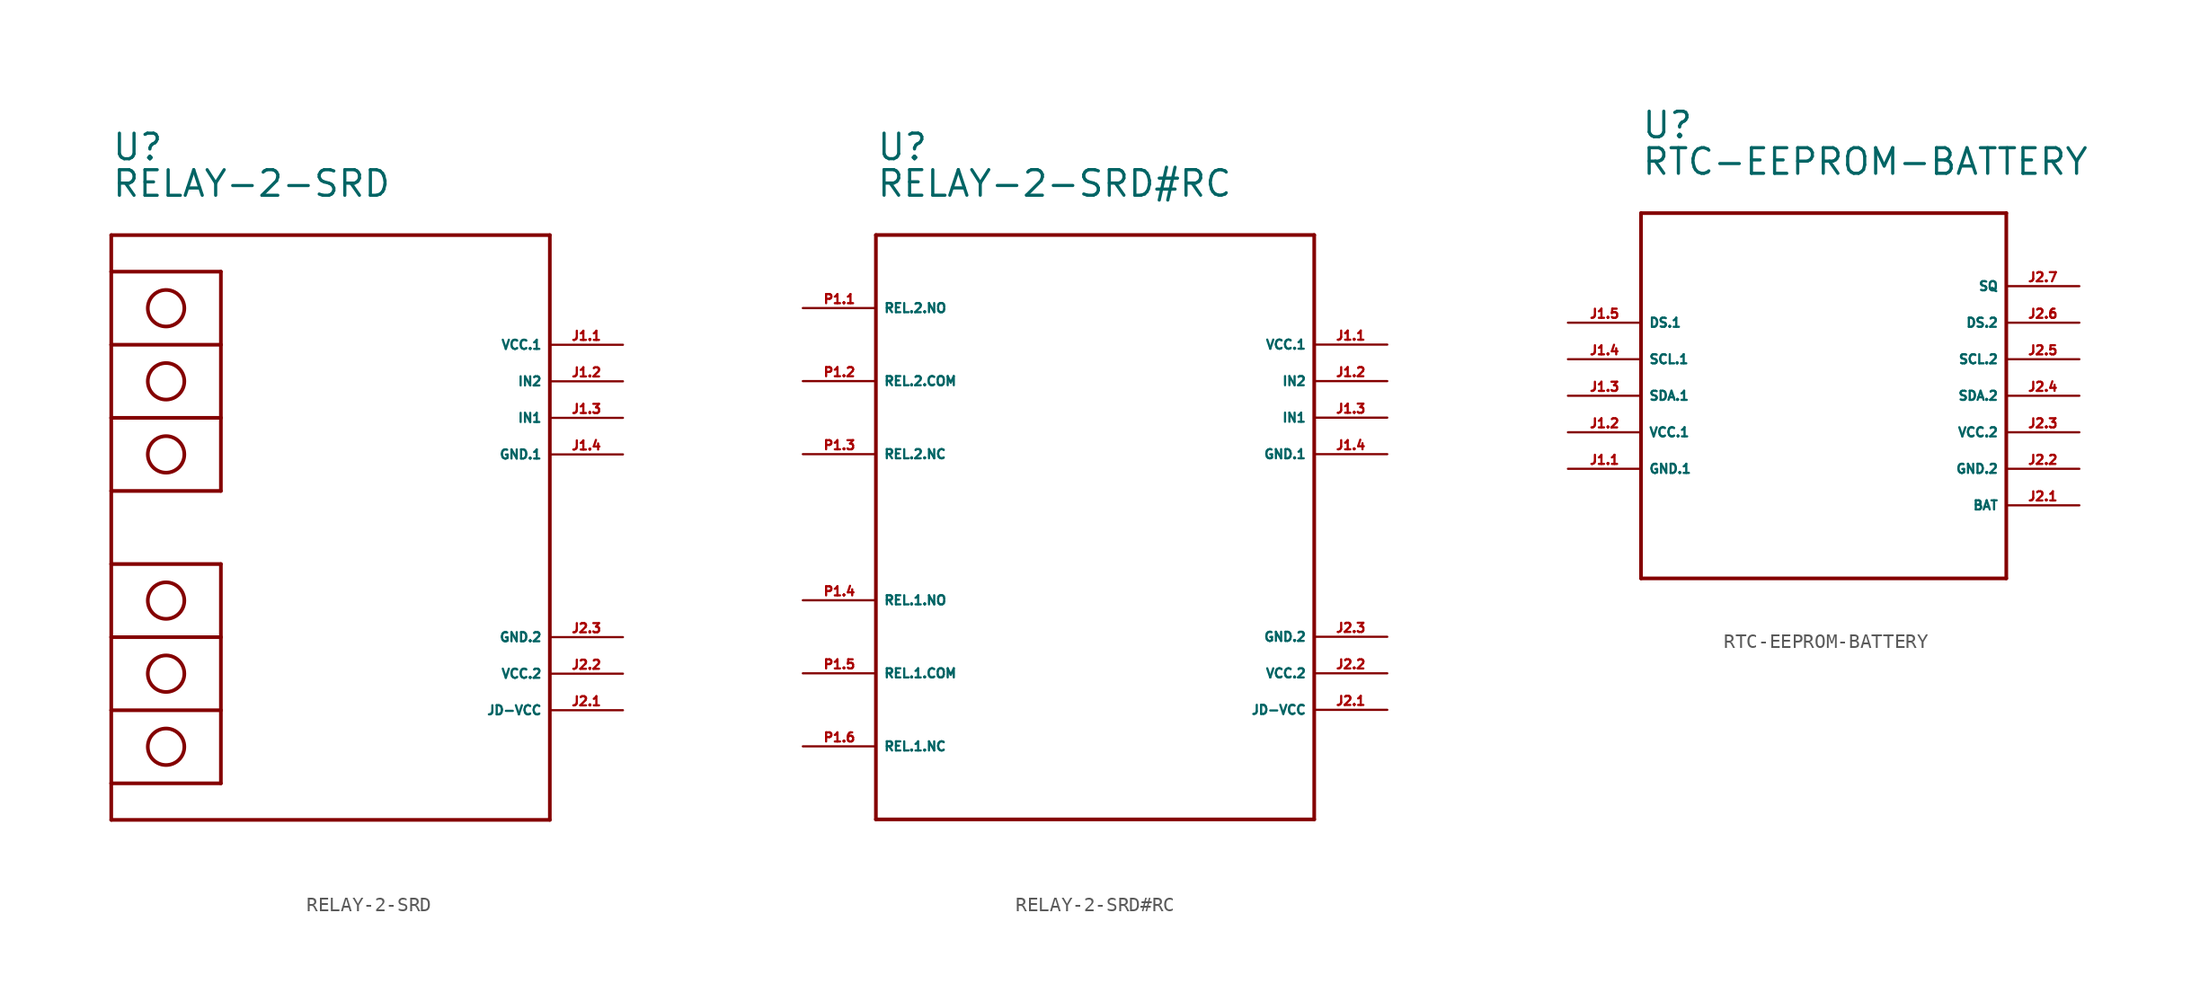
<source format=kicad_sym>
(kicad_symbol_lib
  (version 20220914)
  (generator Eagle2Kicad)
  (symbol "RELAY-2-SRD"
    (property "Reference" "U"
      (at -15.24 25.4 0)
      (effects (font (size 1.778 1.778) (thickness 0.22)) (justify left bottom)))
    (property "Value" "RELAY-2-SRD"
      (at -15.24 22.86 0)
      (effects (font (size 1.778 1.778) (thickness 0.22)) (justify left bottom)))
    (polyline
      (pts (xy -15.24 20.32) (xy 15.24 20.32))
      (stroke (width 0.254) (type default))
      (fill (type none)))
    (polyline
      (pts (xy 15.24 20.32) (xy 15.24 -20.32))
      (stroke (width 0.254) (type default))
      (fill (type none)))
    (polyline
      (pts (xy 15.24 -20.32) (xy -15.24 -20.32))
      (stroke (width 0.254) (type default))
      (fill (type none)))
    (polyline
      (pts (xy -15.24 -20.32) (xy -15.24 -17.78))
      (stroke (width 0.254) (type default))
      (fill (type none)))
    (polyline
      (pts (xy -15.24 -17.78) (xy -15.24 -12.7))
      (stroke (width 0.254) (type default))
      (fill (type none)))
    (polyline
      (pts (xy -15.24 -12.7) (xy -15.24 -7.62))
      (stroke (width 0.254) (type default))
      (fill (type none)))
    (polyline
      (pts (xy -15.24 -7.62) (xy -15.24 -2.54))
      (stroke (width 0.254) (type default))
      (fill (type none)))
    (polyline
      (pts (xy -15.24 -2.54) (xy -15.24 2.54))
      (stroke (width 0.254) (type default))
      (fill (type none)))
    (polyline
      (pts (xy -15.24 2.54) (xy -15.24 7.62))
      (stroke (width 0.254) (type default))
      (fill (type none)))
    (polyline
      (pts (xy -15.24 7.62) (xy -15.24 12.7))
      (stroke (width 0.254) (type default))
      (fill (type none)))
    (polyline
      (pts (xy -15.24 12.7) (xy -15.24 17.78))
      (stroke (width 0.254) (type default))
      (fill (type none)))
    (polyline
      (pts (xy -15.24 17.78) (xy -15.24 20.32))
      (stroke (width 0.254) (type default))
      (fill (type none)))
    (polyline
      (pts (xy -15.24 17.78) (xy -7.62 17.78))
      (stroke (width 0.254) (type default))
      (fill (type none)))
    (polyline
      (pts (xy -7.62 17.78) (xy -7.62 12.7))
      (stroke (width 0.254) (type default))
      (fill (type none)))
    (polyline
      (pts (xy -7.62 12.7) (xy -7.62 7.62))
      (stroke (width 0.254) (type default))
      (fill (type none)))
    (polyline
      (pts (xy -7.62 7.62) (xy -7.62 2.54))
      (stroke (width 0.254) (type default))
      (fill (type none)))
    (polyline
      (pts (xy -7.62 2.54) (xy -15.24 2.54))
      (stroke (width 0.254) (type default))
      (fill (type none)))
    (polyline
      (pts (xy -15.24 7.62) (xy -7.62 7.62))
      (stroke (width 0.254) (type default))
      (fill (type none)))
    (polyline
      (pts (xy -15.24 12.7) (xy -7.62 12.7))
      (stroke (width 0.254) (type default))
      (fill (type none)))
    (polyline
      (pts (xy -15.24 -17.78) (xy -7.62 -17.78))
      (stroke (width 0.254) (type default))
      (fill (type none)))
    (polyline
      (pts (xy -7.62 -17.78) (xy -7.62 -12.7))
      (stroke (width 0.254) (type default))
      (fill (type none)))
    (polyline
      (pts (xy -7.62 -12.7) (xy -7.62 -7.62))
      (stroke (width 0.254) (type default))
      (fill (type none)))
    (polyline
      (pts (xy -7.62 -7.62) (xy -7.62 -2.54))
      (stroke (width 0.254) (type default))
      (fill (type none)))
    (polyline
      (pts (xy -7.62 -2.54) (xy -15.24 -2.54))
      (stroke (width 0.254) (type default))
      (fill (type none)))
    (polyline
      (pts (xy -7.62 -7.62) (xy -15.24 -7.62))
      (stroke (width 0.254) (type default))
      (fill (type none)))
    (polyline
      (pts (xy -7.62 -12.7) (xy -15.24 -12.7))
      (stroke (width 0.254) (type default))
      (fill (type none)))
    (circle
      (center -11.43 15.24)
      (radius 1.27)
      (stroke (width 0.254) (type default))
      (fill (type none)))
    (circle
      (center -11.43 10.16)
      (radius 1.27)
      (stroke (width 0.254) (type default))
      (fill (type none)))
    (circle
      (center -11.43 5.08)
      (radius 1.27)
      (stroke (width 0.254) (type default))
      (fill (type none)))
    (circle
      (center -11.43 -5.08)
      (radius 1.27)
      (stroke (width 0.254) (type default))
      (fill (type none)))
    (circle
      (center -11.43 -10.16)
      (radius 1.27)
      (stroke (width 0.254) (type default))
      (fill (type none)))
    (circle
      (center -11.43 -15.24)
      (radius 1.27)
      (stroke (width 0.254) (type default))
      (fill (type none)))
    (pin unspecified line
      (at 20.32 12.7 180)
      (length 5.08)
      (name "VCC.1" (effects (font (size 0.635 0.635) (thickness 0.08)) (justify left bottom)))
      (number "J1.1" (effects (font (size 0.635 0.635) (thickness 0.08)) (justify left bottom))))
    (pin bidirectional line
      (at 20.32 10.16 180)
      (length 5.08)
      (name "IN2" (effects (font (size 0.635 0.635) (thickness 0.08)) (justify left bottom)))
      (number "J1.2" (effects (font (size 0.635 0.635) (thickness 0.08)) (justify left bottom))))
    (pin bidirectional line
      (at 20.32 7.62 180)
      (length 5.08)
      (name "IN1" (effects (font (size 0.635 0.635) (thickness 0.08)) (justify left bottom)))
      (number "J1.3" (effects (font (size 0.635 0.635) (thickness 0.08)) (justify left bottom))))
    (pin unspecified line
      (at 20.32 5.08 180)
      (length 5.08)
      (name "GND.1" (effects (font (size 0.635 0.635) (thickness 0.08)) (justify left bottom)))
      (number "J1.4" (effects (font (size 0.635 0.635) (thickness 0.08)) (justify left bottom))))
    (pin unspecified line
      (at 20.32 -7.62 180)
      (length 5.08)
      (name "GND.2" (effects (font (size 0.635 0.635) (thickness 0.08)) (justify left bottom)))
      (number "J2.3" (effects (font (size 0.635 0.635) (thickness 0.08)) (justify left bottom))))
    (pin unspecified line
      (at 20.32 -10.16 180)
      (length 5.08)
      (name "VCC.2" (effects (font (size 0.635 0.635) (thickness 0.08)) (justify left bottom)))
      (number "J2.2" (effects (font (size 0.635 0.635) (thickness 0.08)) (justify left bottom))))
    (pin bidirectional line
      (at 20.32 -12.7 180)
      (length 5.08)
      (name "JD-VCC" (effects (font (size 0.635 0.635) (thickness 0.08)) (justify left bottom)))
      (number "J2.1" (effects (font (size 0.635 0.635) (thickness 0.08)) (justify left bottom)))))
  (symbol "RELAY-2-SRD#RC"
    (property "Reference" "U"
      (at -15.24 25.4 0)
      (effects (font (size 1.778 1.778) (thickness 0.22)) (justify left bottom)))
    (property "Value" "RELAY-2-SRD#RC"
      (at -15.24 22.86 0)
      (effects (font (size 1.778 1.778) (thickness 0.22)) (justify left bottom)))
    (polyline
      (pts (xy -15.24 20.32) (xy 15.24 20.32))
      (stroke (width 0.254) (type default))
      (fill (type none)))
    (polyline
      (pts (xy 15.24 20.32) (xy 15.24 -20.32))
      (stroke (width 0.254) (type default))
      (fill (type none)))
    (polyline
      (pts (xy 15.24 -20.32) (xy -15.24 -20.32))
      (stroke (width 0.254) (type default))
      (fill (type none)))
    (polyline
      (pts (xy -15.24 -20.32) (xy -15.24 20.32))
      (stroke (width 0.254) (type default))
      (fill (type none)))
    (pin bidirectional line
      (at -20.32 -5.08 0)
      (length 5.08)
      (name "REL.1.NO" (effects (font (size 0.635 0.635) (thickness 0.08)) (justify left bottom)))
      (number "P1.4" (effects (font (size 0.635 0.635) (thickness 0.08)) (justify left bottom))))
    (pin bidirectional line
      (at -20.32 -10.16 0)
      (length 5.08)
      (name "REL.1.COM" (effects (font (size 0.635 0.635) (thickness 0.08)) (justify left bottom)))
      (number "P1.5" (effects (font (size 0.635 0.635) (thickness 0.08)) (justify left bottom))))
    (pin bidirectional line
      (at -20.32 -15.24 0)
      (length 5.08)
      (name "REL.1.NC" (effects (font (size 0.635 0.635) (thickness 0.08)) (justify left bottom)))
      (number "P1.6" (effects (font (size 0.635 0.635) (thickness 0.08)) (justify left bottom))))
    (pin bidirectional line
      (at -20.32 15.24 0)
      (length 5.08)
      (name "REL.2.NO" (effects (font (size 0.635 0.635) (thickness 0.08)) (justify left bottom)))
      (number "P1.1" (effects (font (size 0.635 0.635) (thickness 0.08)) (justify left bottom))))
    (pin bidirectional line
      (at -20.32 10.16 0)
      (length 5.08)
      (name "REL.2.COM" (effects (font (size 0.635 0.635) (thickness 0.08)) (justify left bottom)))
      (number "P1.2" (effects (font (size 0.635 0.635) (thickness 0.08)) (justify left bottom))))
    (pin bidirectional line
      (at -20.32 5.08 0)
      (length 5.08)
      (name "REL.2.NC" (effects (font (size 0.635 0.635) (thickness 0.08)) (justify left bottom)))
      (number "P1.3" (effects (font (size 0.635 0.635) (thickness 0.08)) (justify left bottom))))
    (pin unspecified line
      (at 20.32 12.7 180)
      (length 5.08)
      (name "VCC.1" (effects (font (size 0.635 0.635) (thickness 0.08)) (justify left bottom)))
      (number "J1.1" (effects (font (size 0.635 0.635) (thickness 0.08)) (justify left bottom))))
    (pin bidirectional line
      (at 20.32 10.16 180)
      (length 5.08)
      (name "IN2" (effects (font (size 0.635 0.635) (thickness 0.08)) (justify left bottom)))
      (number "J1.2" (effects (font (size 0.635 0.635) (thickness 0.08)) (justify left bottom))))
    (pin bidirectional line
      (at 20.32 7.62 180)
      (length 5.08)
      (name "IN1" (effects (font (size 0.635 0.635) (thickness 0.08)) (justify left bottom)))
      (number "J1.3" (effects (font (size 0.635 0.635) (thickness 0.08)) (justify left bottom))))
    (pin unspecified line
      (at 20.32 5.08 180)
      (length 5.08)
      (name "GND.1" (effects (font (size 0.635 0.635) (thickness 0.08)) (justify left bottom)))
      (number "J1.4" (effects (font (size 0.635 0.635) (thickness 0.08)) (justify left bottom))))
    (pin unspecified line
      (at 20.32 -7.62 180)
      (length 5.08)
      (name "GND.2" (effects (font (size 0.635 0.635) (thickness 0.08)) (justify left bottom)))
      (number "J2.3" (effects (font (size 0.635 0.635) (thickness 0.08)) (justify left bottom))))
    (pin unspecified line
      (at 20.32 -10.16 180)
      (length 5.08)
      (name "VCC.2" (effects (font (size 0.635 0.635) (thickness 0.08)) (justify left bottom)))
      (number "J2.2" (effects (font (size 0.635 0.635) (thickness 0.08)) (justify left bottom))))
    (pin bidirectional line
      (at 20.32 -12.7 180)
      (length 5.08)
      (name "JD-VCC" (effects (font (size 0.635 0.635) (thickness 0.08)) (justify left bottom)))
      (number "J2.1" (effects (font (size 0.635 0.635) (thickness 0.08)) (justify left bottom)))))
  (symbol "RTC-EEPROM-BATTERY"
    (property "Reference" "U"
      (at -12.7 17.78 0)
      (effects (font (size 1.778 1.778) (thickness 0.22)) (justify left bottom)))
    (property "Value" "RTC-EEPROM-BATTERY"
      (at -12.7 15.24 0)
      (effects (font (size 1.778 1.778) (thickness 0.22)) (justify left bottom)))
    (polyline
      (pts (xy 12.7 12.7) (xy 12.7 -12.7))
      (stroke (width 0.254) (type default))
      (fill (type none)))
    (polyline
      (pts (xy 12.7 -12.7) (xy -12.7 -12.7))
      (stroke (width 0.254) (type default))
      (fill (type none)))
    (polyline
      (pts (xy -12.7 -12.7) (xy -12.7 12.7))
      (stroke (width 0.254) (type default))
      (fill (type none)))
    (polyline
      (pts (xy -12.7 12.7) (xy 12.7 12.7))
      (stroke (width 0.254) (type default))
      (fill (type none)))
    (pin unspecified line
      (at -17.78 -5.08 0)
      (length 5.08)
      (name "GND.1" (effects (font (size 0.635 0.635) (thickness 0.08)) (justify left bottom)))
      (number "J1.1" (effects (font (size 0.635 0.635) (thickness 0.08)) (justify left bottom))))
    (pin unspecified line
      (at -17.78 -2.54 0)
      (length 5.08)
      (name "VCC.1" (effects (font (size 0.635 0.635) (thickness 0.08)) (justify left bottom)))
      (number "J1.2" (effects (font (size 0.635 0.635) (thickness 0.08)) (justify left bottom))))
    (pin bidirectional line
      (at -17.78 0 0)
      (length 5.08)
      (name "SDA.1" (effects (font (size 0.635 0.635) (thickness 0.08)) (justify left bottom)))
      (number "J1.3" (effects (font (size 0.635 0.635) (thickness 0.08)) (justify left bottom))))
    (pin bidirectional line
      (at -17.78 2.54 0)
      (length 5.08)
      (name "SCL.1" (effects (font (size 0.635 0.635) (thickness 0.08)) (justify left bottom)))
      (number "J1.4" (effects (font (size 0.635 0.635) (thickness 0.08)) (justify left bottom))))
    (pin bidirectional line
      (at -17.78 5.08 0)
      (length 5.08)
      (name "DS.1" (effects (font (size 0.635 0.635) (thickness 0.08)) (justify left bottom)))
      (number "J1.5" (effects (font (size 0.635 0.635) (thickness 0.08)) (justify left bottom))))
    (pin bidirectional line
      (at 17.78 -7.62 180)
      (length 5.08)
      (name "BAT" (effects (font (size 0.635 0.635) (thickness 0.08)) (justify left bottom)))
      (number "J2.1" (effects (font (size 0.635 0.635) (thickness 0.08)) (justify left bottom))))
    (pin unspecified line
      (at 17.78 -5.08 180)
      (length 5.08)
      (name "GND.2" (effects (font (size 0.635 0.635) (thickness 0.08)) (justify left bottom)))
      (number "J2.2" (effects (font (size 0.635 0.635) (thickness 0.08)) (justify left bottom))))
    (pin unspecified line
      (at 17.78 -2.54 180)
      (length 5.08)
      (name "VCC.2" (effects (font (size 0.635 0.635) (thickness 0.08)) (justify left bottom)))
      (number "J2.3" (effects (font (size 0.635 0.635) (thickness 0.08)) (justify left bottom))))
    (pin bidirectional line
      (at 17.78 0 180)
      (length 5.08)
      (name "SDA.2" (effects (font (size 0.635 0.635) (thickness 0.08)) (justify left bottom)))
      (number "J2.4" (effects (font (size 0.635 0.635) (thickness 0.08)) (justify left bottom))))
    (pin bidirectional line
      (at 17.78 2.54 180)
      (length 5.08)
      (name "SCL.2" (effects (font (size 0.635 0.635) (thickness 0.08)) (justify left bottom)))
      (number "J2.5" (effects (font (size 0.635 0.635) (thickness 0.08)) (justify left bottom))))
    (pin bidirectional line
      (at 17.78 5.08 180)
      (length 5.08)
      (name "DS.2" (effects (font (size 0.635 0.635) (thickness 0.08)) (justify left bottom)))
      (number "J2.6" (effects (font (size 0.635 0.635) (thickness 0.08)) (justify left bottom))))
    (pin bidirectional line
      (at 17.78 7.62 180)
      (length 5.08)
      (name "SQ" (effects (font (size 0.635 0.635) (thickness 0.08)) (justify left bottom)))
      (number "J2.7" (effects (font (size 0.635 0.635) (thickness 0.08)) (justify left bottom))))))
</source>
